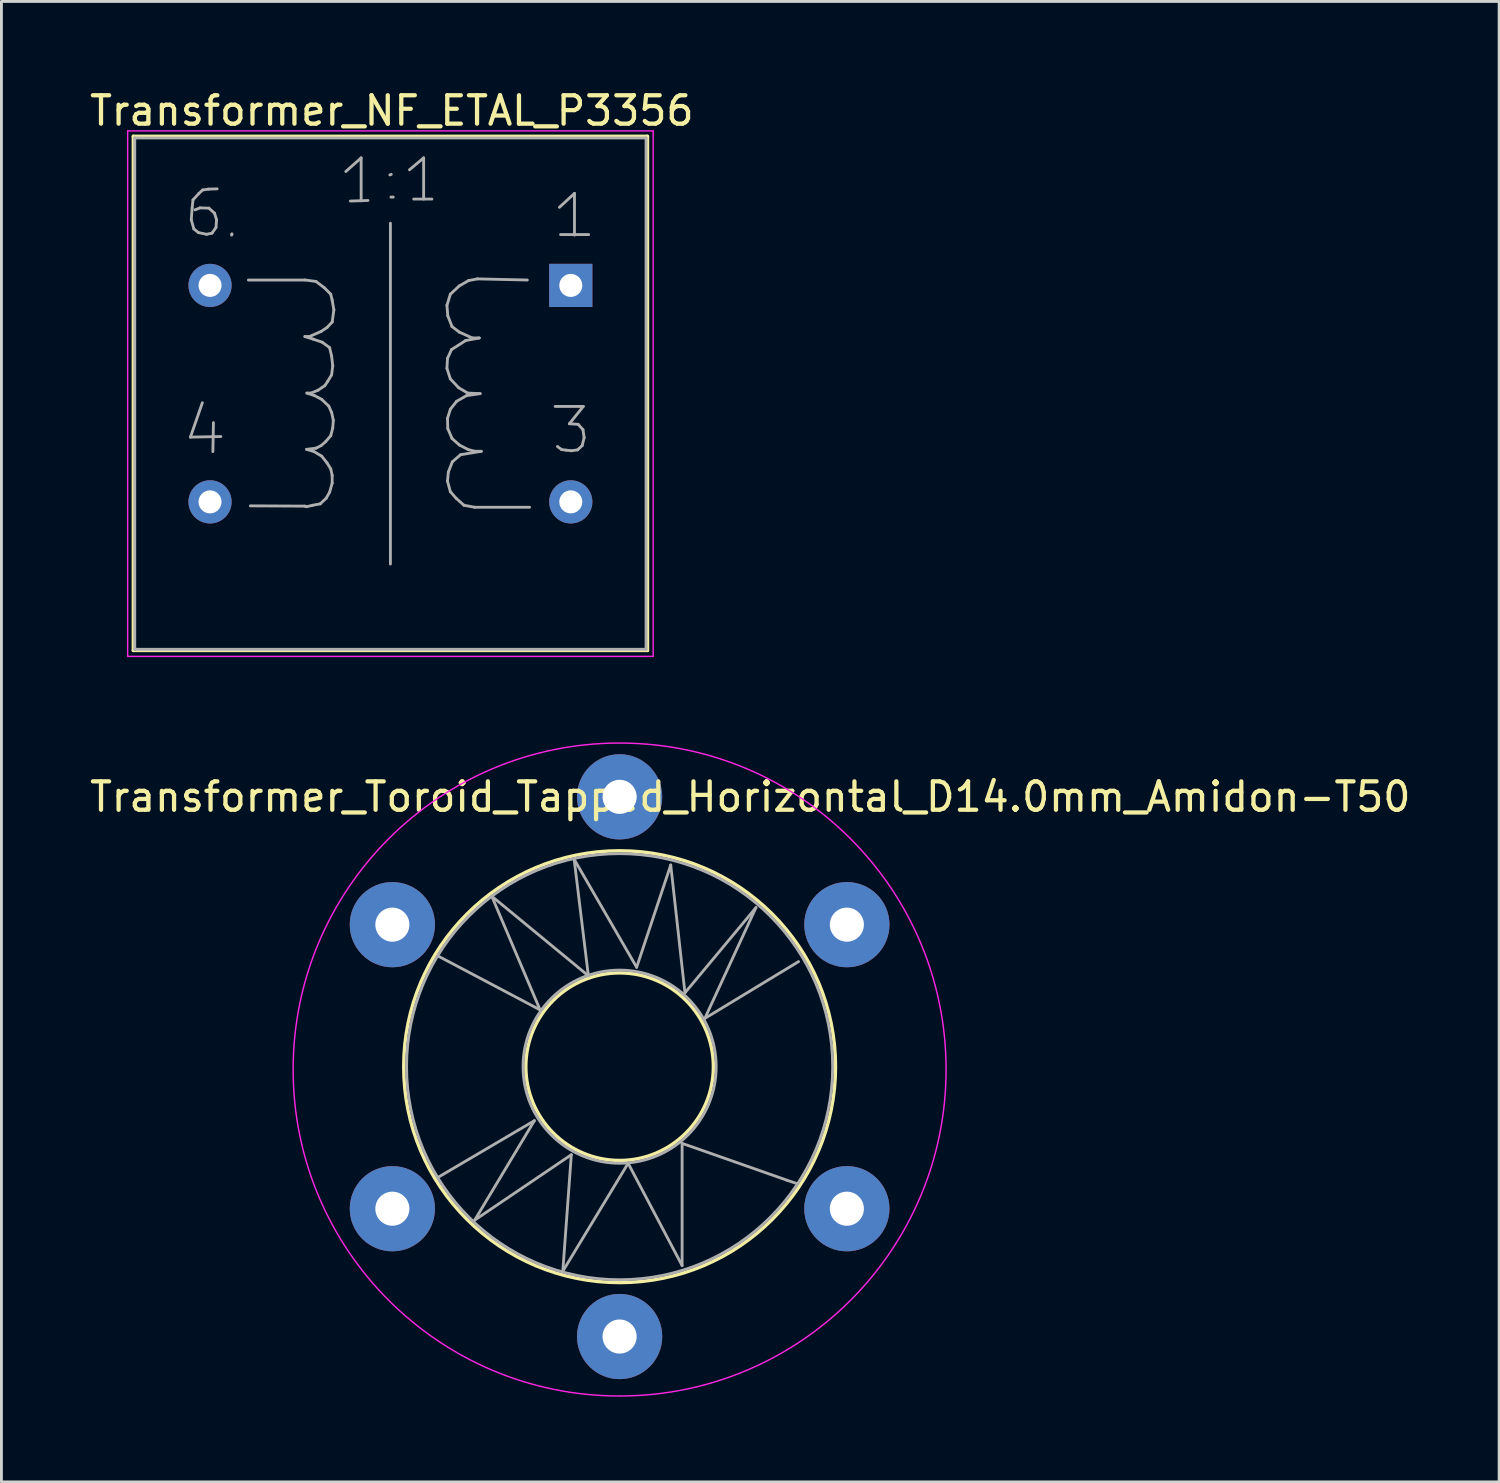
<source format=kicad_pcb>
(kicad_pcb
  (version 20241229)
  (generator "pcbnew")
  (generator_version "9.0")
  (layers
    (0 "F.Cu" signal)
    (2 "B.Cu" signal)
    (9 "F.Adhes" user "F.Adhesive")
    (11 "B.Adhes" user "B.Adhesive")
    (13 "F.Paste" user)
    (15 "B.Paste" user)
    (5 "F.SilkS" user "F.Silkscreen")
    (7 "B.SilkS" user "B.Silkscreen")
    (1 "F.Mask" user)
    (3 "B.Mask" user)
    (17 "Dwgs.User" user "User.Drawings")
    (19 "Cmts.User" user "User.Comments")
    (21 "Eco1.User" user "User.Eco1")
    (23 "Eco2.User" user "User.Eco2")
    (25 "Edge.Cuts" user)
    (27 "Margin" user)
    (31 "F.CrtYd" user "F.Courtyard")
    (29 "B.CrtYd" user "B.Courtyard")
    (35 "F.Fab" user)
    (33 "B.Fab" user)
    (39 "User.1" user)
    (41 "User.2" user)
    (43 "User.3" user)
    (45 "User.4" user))
  (footprint "Transformer_Toroid_Tapped_Horizontal_D14.0mm_Amidon-T50"
    (layer "F.Cu")
    (at 10.763 39.502)
    (property "Reference" "Transformer_Toroid_Tapped_Horizontal_D14.0mm_Amidon-T50" (at 12.6 -14.5 0) (layer "F.SilkS") (effects (font (size 1 1) (thickness 0.15))))
    (attr through_hole)
    (fp_circle (center 8 -5) (end 11.3 -5.1) (stroke (width 0.12) (type solid)) (fill no) (layer "F.SilkS"))
    (fp_circle (center 8 -5) (end 15.6 -5.1) (stroke (width 0.12) (type solid)) (fill no) (layer "F.SilkS"))
    (fp_circle (center 8 -4.9) (end 18.3 0.2) (stroke (width 0.05) (type solid)) (fill no) (layer "F.CrtYd"))
    (fp_line (start 1.6 -8.9) (end 5.2 -7) (stroke (width 0.1) (type solid)) (layer "F.Fab"))
    (fp_line (start 1.6 -1.1) (end 5 -3.1) (stroke (width 0.1) (type solid)) (layer "F.Fab"))
    (fp_line (start 2.9 0.4) (end 6.3 -1.9) (stroke (width 0.1) (type solid)) (layer "F.Fab"))
    (fp_line (start 3.5 -11) (end 6.9 -8.2) (stroke (width 0.1) (type solid)) (layer "F.Fab"))
    (fp_line (start 5 -3.1) (end 2.9 0.4) (stroke (width 0.1) (type solid)) (layer "F.Fab"))
    (fp_line (start 5.2 -7) (end 3.5 -11) (stroke (width 0.1) (type solid)) (layer "F.Fab"))
    (fp_line (start 6 2.2) (end 8.3 -1.6) (stroke (width 0.1) (type solid)) (layer "F.Fab"))
    (fp_line (start 6.3 -1.9) (end 6 2.2) (stroke (width 0.1) (type solid)) (layer "F.Fab"))
    (fp_line (start 6.4 -12.3) (end 8.6 -8.5) (stroke (width 0.1) (type solid)) (layer "F.Fab"))
    (fp_line (start 6.9 -8.2) (end 6.4 -12.3) (stroke (width 0.1) (type solid)) (layer "F.Fab"))
    (fp_line (start 8.3 -1.6) (end 10.2 2) (stroke (width 0.1) (type solid)) (layer "F.Fab"))
    (fp_line (start 8.6 -8.5) (end 9.8 -12.1) (stroke (width 0.1) (type solid)) (layer "F.Fab"))
    (fp_line (start 9.8 -12.1) (end 10.3 -7.6) (stroke (width 0.1) (type solid)) (layer "F.Fab"))
    (fp_line (start 10.2 -2.3) (end 13.9 -1) (stroke (width 0.1) (type solid)) (layer "F.Fab"))
    (fp_line (start 10.2 2) (end 10.2 -2.3) (stroke (width 0.1) (type solid)) (layer "F.Fab"))
    (fp_line (start 10.3 -7.6) (end 12.8 -10.6) (stroke (width 0.1) (type solid)) (layer "F.Fab"))
    (fp_line (start 11 -6.7) (end 14.3 -8.7) (stroke (width 0.1) (type solid)) (layer "F.Fab"))
    (fp_line (start 12.8 -10.6) (end 11 -6.7) (stroke (width 0.1) (type solid)) (layer "F.Fab"))
    (fp_line (start 13.9 -1) (end 14.2 -0.9) (stroke (width 0.1) (type solid)) (layer "F.Fab"))
    (fp_circle (center 8 -5) (end 11.4 -5) (stroke (width 0.1) (type solid)) (fill no) (layer "F.Fab"))
    (fp_circle (center 8 -5) (end 15.5 -5) (stroke (width 0.1) (type solid)) (fill no) (layer "F.Fab"))
    (pad "1" thru_hole circle (at 0 0) (size 3 3) (drill 1.2) (layers "*.Cu" "*.Mask"))
    (pad "2" thru_hole circle (at 8 4.5) (size 3 3) (drill 1.2) (layers "*.Cu" "*.Mask"))
    (pad "3" thru_hole circle (at 16 0) (size 3 3) (drill 1.2) (layers "*.Cu" "*.Mask"))
    (pad "4" thru_hole circle (at 0 -10) (size 3 3) (drill 1.2) (layers "*.Cu" "*.Mask"))
    (pad "5" thru_hole circle (at 8 -14.5) (size 3 3) (drill 1.2) (layers "*.Cu" "*.Mask"))
    (pad "6" thru_hole circle (at 16 -10) (size 3 3) (drill 1.2) (layers "*.Cu" "*.Mask")))
  (footprint "Transformer_NF_ETAL_P3356"
    (layer "F.Cu")
    (at 17.044 6.998)
    (property "Reference" "Transformer_NF_ETAL_P3356" (at -6.3 -6.15 0) (layer "F.SilkS") (effects (font (size 1 1) (thickness 0.15))))
    (attr through_hole)
    (fp_line (start -15.4 -5.25) (end 2.7 -5.25) (stroke (width 0.12) (type solid)) (layer "F.SilkS"))
    (fp_line (start -15.4 12.85) (end -15.4 -5.25) (stroke (width 0.12) (type solid)) (layer "F.SilkS"))
    (fp_line (start 2.7 -5.25) (end 2.7 12.85) (stroke (width 0.12) (type solid)) (layer "F.SilkS"))
    (fp_line (start 2.7 12.85) (end -15.4 12.85) (stroke (width 0.12) (type solid)) (layer "F.SilkS"))
    (fp_line (start -15.6 -5.44) (end -15.6 13.06) (stroke (width 0.05) (type solid)) (layer "F.CrtYd"))
    (fp_line (start -15.6 -5.44) (end 2.9 -5.44) (stroke (width 0.05) (type solid)) (layer "F.CrtYd"))
    (fp_line (start 2.9 13.06) (end -15.6 13.06) (stroke (width 0.05) (type solid)) (layer "F.CrtYd"))
    (fp_line (start 2.9 13.06) (end 2.9 -5.44) (stroke (width 0.05) (type solid)) (layer "F.CrtYd"))
    (fp_line (start -15.35 -5.19) (end -15.35 12.81) (stroke (width 0.1) (type solid)) (layer "F.Fab"))
    (fp_line (start -15.35 12.81) (end 2.65 12.81) (stroke (width 0.1) (type solid)) (layer "F.Fab"))
    (fp_line (start -13.39 5.34) (end -12.32 5.32) (stroke (width 0.1) (type solid)) (layer "F.Fab"))
    (fp_line (start -13.36 -2.31) (end -13.27 -1.99) (stroke (width 0.1) (type solid)) (layer "F.Fab"))
    (fp_line (start -13.33 -2.72) (end -13.36 -2.31) (stroke (width 0.1) (type solid)) (layer "F.Fab"))
    (fp_line (start -13.3 -3.01) (end -13.33 -2.72) (stroke (width 0.1) (type solid)) (layer "F.Fab"))
    (fp_line (start -13.27 -1.99) (end -13.11 -1.86) (stroke (width 0.1) (type solid)) (layer "F.Fab"))
    (fp_line (start -13.11 -1.86) (end -12.82 -1.8) (stroke (width 0.1) (type solid)) (layer "F.Fab"))
    (fp_line (start -13.09 -3.24) (end -13.3 -3.01) (stroke (width 0.1) (type solid)) (layer "F.Fab"))
    (fp_line (start -13.05 -2.73) (end -13.23 -2.66) (stroke (width 0.1) (type solid)) (layer "F.Fab"))
    (fp_line (start -12.97 4.13) (end -13.39 5.34) (stroke (width 0.1) (type solid)) (layer "F.Fab"))
    (fp_line (start -12.96 -3.36) (end -13.09 -3.24) (stroke (width 0.1) (type solid)) (layer "F.Fab"))
    (fp_line (start -12.82 -1.8) (end -12.63 -1.84) (stroke (width 0.1) (type solid)) (layer "F.Fab"))
    (fp_line (start -12.75 -3.39) (end -12.96 -3.36) (stroke (width 0.1) (type solid)) (layer "F.Fab"))
    (fp_line (start -12.74 -2.72) (end -13.05 -2.73) (stroke (width 0.1) (type solid)) (layer "F.Fab"))
    (fp_line (start -12.63 -1.84) (end -12.49 -2.04) (stroke (width 0.1) (type solid)) (layer "F.Fab"))
    (fp_line (start -12.58 4.83) (end -12.6 5.85) (stroke (width 0.1) (type solid)) (layer "F.Fab"))
    (fp_line (start -12.54 -2.54) (end -12.74 -2.72) (stroke (width 0.1) (type solid)) (layer "F.Fab"))
    (fp_line (start -12.49 -2.04) (end -12.47 -2.31) (stroke (width 0.1) (type solid)) (layer "F.Fab"))
    (fp_line (start -12.47 -2.31) (end -12.54 -2.54) (stroke (width 0.1) (type solid)) (layer "F.Fab"))
    (fp_line (start -12.45 -3.4) (end -12.75 -3.39) (stroke (width 0.1) (type solid)) (layer "F.Fab"))
    (fp_line (start -11.94 -1.77) (end -11.93 -1.81) (stroke (width 0.1) (type solid)) (layer "F.Fab"))
    (fp_line (start -11.93 -1.81) (end -11.93 -1.8) (stroke (width 0.1) (type solid)) (layer "F.Fab"))
    (fp_line (start -11.35 -0.19) (end -9.35 -0.19) (stroke (width 0.1) (type solid)) (layer "F.Fab"))
    (fp_line (start -9.36 1.8) (end -9.07 1.89) (stroke (width 0.1) (type solid)) (layer "F.Fab"))
    (fp_line (start -9.36 7.77) (end -11.28 7.76) (stroke (width 0.1) (type solid)) (layer "F.Fab"))
    (fp_line (start -9.35 -0.19) (end -8.97 -0.14) (stroke (width 0.1) (type solid)) (layer "F.Fab"))
    (fp_line (start -9.3 5.77) (end -9.04 5.85) (stroke (width 0.1) (type solid)) (layer "F.Fab"))
    (fp_line (start -9.3 7.79) (end -9.36 7.77) (stroke (width 0.1) (type solid)) (layer "F.Fab"))
    (fp_line (start -9.29 3.79) (end -9.02 3.88) (stroke (width 0.1) (type solid)) (layer "F.Fab"))
    (fp_line (start -9.2 1.8) (end -9.36 1.8) (stroke (width 0.1) (type solid)) (layer "F.Fab"))
    (fp_line (start -9.14 3.79) (end -9.29 3.79) (stroke (width 0.1) (type solid)) (layer "F.Fab"))
    (fp_line (start -9.09 7.74) (end -9.3 7.79) (stroke (width 0.1) (type solid)) (layer "F.Fab"))
    (fp_line (start -9.07 1.89) (end -8.75 2) (stroke (width 0.1) (type solid)) (layer "F.Fab"))
    (fp_line (start -9.04 5.85) (end -8.77 6.01) (stroke (width 0.1) (type solid)) (layer "F.Fab"))
    (fp_line (start -9.02 3.88) (end -8.77 4.01) (stroke (width 0.1) (type solid)) (layer "F.Fab"))
    (fp_line (start -8.97 -0.14) (end -8.68 0.08) (stroke (width 0.1) (type solid)) (layer "F.Fab"))
    (fp_line (start -8.97 5.73) (end -9.3 5.77) (stroke (width 0.1) (type solid)) (layer "F.Fab"))
    (fp_line (start -8.9 3.69) (end -9.14 3.79) (stroke (width 0.1) (type solid)) (layer "F.Fab"))
    (fp_line (start -8.82 7.69) (end -9.09 7.74) (stroke (width 0.1) (type solid)) (layer "F.Fab"))
    (fp_line (start -8.79 1.62) (end -9.2 1.8) (stroke (width 0.1) (type solid)) (layer "F.Fab"))
    (fp_line (start -8.79 5.64) (end -8.97 5.73) (stroke (width 0.1) (type solid)) (layer "F.Fab"))
    (fp_line (start -8.77 4.01) (end -8.52 4.25) (stroke (width 0.1) (type solid)) (layer "F.Fab"))
    (fp_line (start -8.77 6.01) (end -8.58 6.25) (stroke (width 0.1) (type solid)) (layer "F.Fab"))
    (fp_line (start -8.75 2) (end -8.49 2.19) (stroke (width 0.1) (type solid)) (layer "F.Fab"))
    (fp_line (start -8.68 0.08) (end -8.45 0.31) (stroke (width 0.1) (type solid)) (layer "F.Fab"))
    (fp_line (start -8.66 3.53) (end -8.9 3.69) (stroke (width 0.1) (type solid)) (layer "F.Fab"))
    (fp_line (start -8.63 5.5) (end -8.79 5.64) (stroke (width 0.1) (type solid)) (layer "F.Fab"))
    (fp_line (start -8.61 7.49) (end -8.82 7.69) (stroke (width 0.1) (type solid)) (layer "F.Fab"))
    (fp_line (start -8.58 1.48) (end -8.79 1.62) (stroke (width 0.1) (type solid)) (layer "F.Fab"))
    (fp_line (start -8.58 6.25) (end -8.45 6.46) (stroke (width 0.1) (type solid)) (layer "F.Fab"))
    (fp_line (start -8.56 3.38) (end -8.66 3.53) (stroke (width 0.1) (type solid)) (layer "F.Fab"))
    (fp_line (start -8.52 4.25) (end -8.42 4.47) (stroke (width 0.1) (type solid)) (layer "F.Fab"))
    (fp_line (start -8.49 2.19) (end -8.42 2.49) (stroke (width 0.1) (type solid)) (layer "F.Fab"))
    (fp_line (start -8.49 7.28) (end -8.61 7.49) (stroke (width 0.1) (type solid)) (layer "F.Fab"))
    (fp_line (start -8.45 0.31) (end -8.4 0.52) (stroke (width 0.1) (type solid)) (layer "F.Fab"))
    (fp_line (start -8.45 5.29) (end -8.63 5.5) (stroke (width 0.1) (type solid)) (layer "F.Fab"))
    (fp_line (start -8.45 6.46) (end -8.4 6.69) (stroke (width 0.1) (type solid)) (layer "F.Fab"))
    (fp_line (start -8.42 2.49) (end -8.38 2.83) (stroke (width 0.1) (type solid)) (layer "F.Fab"))
    (fp_line (start -8.42 3.15) (end -8.56 3.38) (stroke (width 0.1) (type solid)) (layer "F.Fab"))
    (fp_line (start -8.42 4.47) (end -8.36 4.75) (stroke (width 0.1) (type solid)) (layer "F.Fab"))
    (fp_line (start -8.4 0.52) (end -8.34 0.86) (stroke (width 0.1) (type solid)) (layer "F.Fab"))
    (fp_line (start -8.4 1.29) (end -8.58 1.48) (stroke (width 0.1) (type solid)) (layer "F.Fab"))
    (fp_line (start -8.4 6.69) (end -8.4 6.96) (stroke (width 0.1) (type solid)) (layer "F.Fab"))
    (fp_line (start -8.4 6.96) (end -8.49 7.28) (stroke (width 0.1) (type solid)) (layer "F.Fab"))
    (fp_line (start -8.38 2.83) (end -8.42 3.15) (stroke (width 0.1) (type solid)) (layer "F.Fab"))
    (fp_line (start -8.38 5.02) (end -8.45 5.29) (stroke (width 0.1) (type solid)) (layer "F.Fab"))
    (fp_line (start -8.36 4.75) (end -8.38 5.02) (stroke (width 0.1) (type solid)) (layer "F.Fab"))
    (fp_line (start -8.34 0.86) (end -8.4 1.29) (stroke (width 0.1) (type solid)) (layer "F.Fab"))
    (fp_line (start -7.92 -4.01) (end -7.38 -4.49) (stroke (width 0.1) (type solid)) (layer "F.Fab"))
    (fp_line (start -7.76 -2.97) (end -7.14 -2.99) (stroke (width 0.1) (type solid)) (layer "F.Fab"))
    (fp_line (start -7.38 -4.49) (end -7.38 -2.98) (stroke (width 0.1) (type solid)) (layer "F.Fab"))
    (fp_line (start -6.35 -2.19) (end -6.35 9.81) (stroke (width 0.1) (type solid)) (layer "F.Fab"))
    (fp_line (start -6.32 -3.91) (end -6.37 -3.89) (stroke (width 0.1) (type solid)) (layer "F.Fab"))
    (fp_line (start -6.25 -3.11) (end -6.33 -3.11) (stroke (width 0.1) (type solid)) (layer "F.Fab"))
    (fp_line (start -5.68 -4.07) (end -5.18 -4.49) (stroke (width 0.1) (type solid)) (layer "F.Fab"))
    (fp_line (start -5.53 -3.04) (end -4.89 -3.04) (stroke (width 0.1) (type solid)) (layer "F.Fab"))
    (fp_line (start -5.18 -4.49) (end -5.18 -3.04) (stroke (width 0.1) (type solid)) (layer "F.Fab"))
    (fp_line (start -4.36 0.7) (end -4.33 1.07) (stroke (width 0.1) (type solid)) (layer "F.Fab"))
    (fp_line (start -4.36 2.92) (end -4.24 3.29) (stroke (width 0.1) (type solid)) (layer "F.Fab"))
    (fp_line (start -4.34 2.57) (end -4.36 2.92) (stroke (width 0.1) (type solid)) (layer "F.Fab"))
    (fp_line (start -4.34 4.68) (end -4.33 5.04) (stroke (width 0.1) (type solid)) (layer "F.Fab"))
    (fp_line (start -4.34 6.89) (end -4.24 7.26) (stroke (width 0.1) (type solid)) (layer "F.Fab"))
    (fp_line (start -4.33 1.07) (end -4.18 1.45) (stroke (width 0.1) (type solid)) (layer "F.Fab"))
    (fp_line (start -4.33 5.04) (end -4.18 5.39) (stroke (width 0.1) (type solid)) (layer "F.Fab"))
    (fp_line (start -4.31 6.57) (end -4.34 6.89) (stroke (width 0.1) (type solid)) (layer "F.Fab"))
    (fp_line (start -4.24 0.31) (end -4.36 0.7) (stroke (width 0.1) (type solid)) (layer "F.Fab"))
    (fp_line (start -4.24 3.29) (end -3.95 3.6) (stroke (width 0.1) (type solid)) (layer "F.Fab"))
    (fp_line (start -4.24 4.36) (end -4.34 4.68) (stroke (width 0.1) (type solid)) (layer "F.Fab"))
    (fp_line (start -4.24 7.26) (end -4.04 7.49) (stroke (width 0.1) (type solid)) (layer "F.Fab"))
    (fp_line (start -4.2 2.26) (end -4.34 2.57) (stroke (width 0.1) (type solid)) (layer "F.Fab"))
    (fp_line (start -4.18 1.45) (end -3.93 1.64) (stroke (width 0.1) (type solid)) (layer "F.Fab"))
    (fp_line (start -4.18 5.39) (end -3.92 5.62) (stroke (width 0.1) (type solid)) (layer "F.Fab"))
    (fp_line (start -4.17 6.21) (end -4.31 6.57) (stroke (width 0.1) (type solid)) (layer "F.Fab"))
    (fp_line (start -4.04 7.49) (end -3.76 7.74) (stroke (width 0.1) (type solid)) (layer "F.Fab"))
    (fp_line (start -4.02 4.08) (end -4.24 4.36) (stroke (width 0.1) (type solid)) (layer "F.Fab"))
    (fp_line (start -3.95 3.6) (end -3.63 3.79) (stroke (width 0.1) (type solid)) (layer "F.Fab"))
    (fp_line (start -3.93 0.02) (end -4.24 0.31) (stroke (width 0.1) (type solid)) (layer "F.Fab"))
    (fp_line (start -3.93 1.64) (end -3.47 1.85) (stroke (width 0.1) (type solid)) (layer "F.Fab"))
    (fp_line (start -3.92 5.62) (end -3.61 5.78) (stroke (width 0.1) (type solid)) (layer "F.Fab"))
    (fp_line (start -3.88 5.96) (end -4.17 6.21) (stroke (width 0.1) (type solid)) (layer "F.Fab"))
    (fp_line (start -3.76 7.74) (end -3.38 7.81) (stroke (width 0.1) (type solid)) (layer "F.Fab"))
    (fp_line (start -3.7 1.94) (end -4.2 2.26) (stroke (width 0.1) (type solid)) (layer "F.Fab"))
    (fp_line (start -3.67 3.88) (end -4.02 4.08) (stroke (width 0.1) (type solid)) (layer "F.Fab"))
    (fp_line (start -3.63 3.79) (end -3.19 3.81) (stroke (width 0.1) (type solid)) (layer "F.Fab"))
    (fp_line (start -3.61 5.78) (end -3.37 5.84) (stroke (width 0.1) (type solid)) (layer "F.Fab"))
    (fp_line (start -3.6 -0.17) (end -3.93 0.02) (stroke (width 0.1) (type solid)) (layer "F.Fab"))
    (fp_line (start -3.47 1.85) (end -3.22 1.85) (stroke (width 0.1) (type solid)) (layer "F.Fab"))
    (fp_line (start -3.38 7.81) (end -1.45 7.81) (stroke (width 0.1) (type solid)) (layer "F.Fab"))
    (fp_line (start -3.37 5.84) (end -3.15 5.84) (stroke (width 0.1) (type solid)) (layer "F.Fab"))
    (fp_line (start -3.29 -0.23) (end -3.6 -0.17) (stroke (width 0.1) (type solid)) (layer "F.Fab"))
    (fp_line (start -3.22 1.85) (end -3.7 1.94) (stroke (width 0.1) (type solid)) (layer "F.Fab"))
    (fp_line (start -3.19 3.81) (end -3.67 3.88) (stroke (width 0.1) (type solid)) (layer "F.Fab"))
    (fp_line (start -3.15 5.84) (end -3.88 5.96) (stroke (width 0.1) (type solid)) (layer "F.Fab"))
    (fp_line (start -1.53 -0.19) (end -3.29 -0.23) (stroke (width 0.1) (type solid)) (layer "F.Fab"))
    (fp_line (start -0.55 4.26) (end 0.44 4.26) (stroke (width 0.1) (type solid)) (layer "F.Fab"))
    (fp_line (start -0.4 -2.75) (end 0.13 -3.24) (stroke (width 0.1) (type solid)) (layer "F.Fab"))
    (fp_line (start -0.36 -1.79) (end 0.63 -1.79) (stroke (width 0.1) (type solid)) (layer "F.Fab"))
    (fp_line (start -0.32 5.78) (end -0.47 5.67) (stroke (width 0.1) (type solid)) (layer "F.Fab"))
    (fp_line (start -0.16 5.8) (end -0.32 5.78) (stroke (width 0.1) (type solid)) (layer "F.Fab"))
    (fp_line (start -0.05 4.87) (end 0.26 4.89) (stroke (width 0.1) (type solid)) (layer "F.Fab"))
    (fp_line (start 0.02 5.82) (end -0.16 5.8) (stroke (width 0.1) (type solid)) (layer "F.Fab"))
    (fp_line (start 0.13 -3.24) (end 0.13 -1.77) (stroke (width 0.1) (type solid)) (layer "F.Fab"))
    (fp_line (start 0.24 5.79) (end 0.02 5.82) (stroke (width 0.1) (type solid)) (layer "F.Fab"))
    (fp_line (start 0.26 4.89) (end 0.43 5.08) (stroke (width 0.1) (type solid)) (layer "F.Fab"))
    (fp_line (start 0.4 5.64) (end 0.24 5.79) (stroke (width 0.1) (type solid)) (layer "F.Fab"))
    (fp_line (start 0.43 5.08) (end 0.47 5.36) (stroke (width 0.1) (type solid)) (layer "F.Fab"))
    (fp_line (start 0.44 4.26) (end -0.05 4.87) (stroke (width 0.1) (type solid)) (layer "F.Fab"))
    (fp_line (start 0.47 5.36) (end 0.4 5.64) (stroke (width 0.1) (type solid)) (layer "F.Fab"))
    (fp_line (start 2.65 -5.19) (end -15.35 -5.19) (stroke (width 0.1) (type solid)) (layer "F.Fab"))
    (fp_line (start 2.65 12.81) (end 2.65 -5.19) (stroke (width 0.1) (type solid)) (layer "F.Fab"))
    (pad "1" thru_hole rect (at 0 0) (size 1.52 1.52) (drill 0.81) (layers "*.Cu" "*.Mask"))
    (pad "3" thru_hole circle (at 0 7.62) (size 1.52 1.52) (drill 0.81) (layers "*.Cu" "*.Mask"))
    (pad "4" thru_hole circle (at -12.7 7.62) (size 1.52 1.52) (drill 0.81) (layers "*.Cu" "*.Mask"))
    (pad "6" thru_hole circle (at -12.7 0) (size 1.52 1.52) (drill 0.81) (layers "*.Cu" "*.Mask")))
  (gr_rect
    (start -3 -3)
    (end 49.726 49.12)
    (stroke (width 0.1) (type default))
    (fill no)
    (layer "Edge.Cuts")))
</source>
